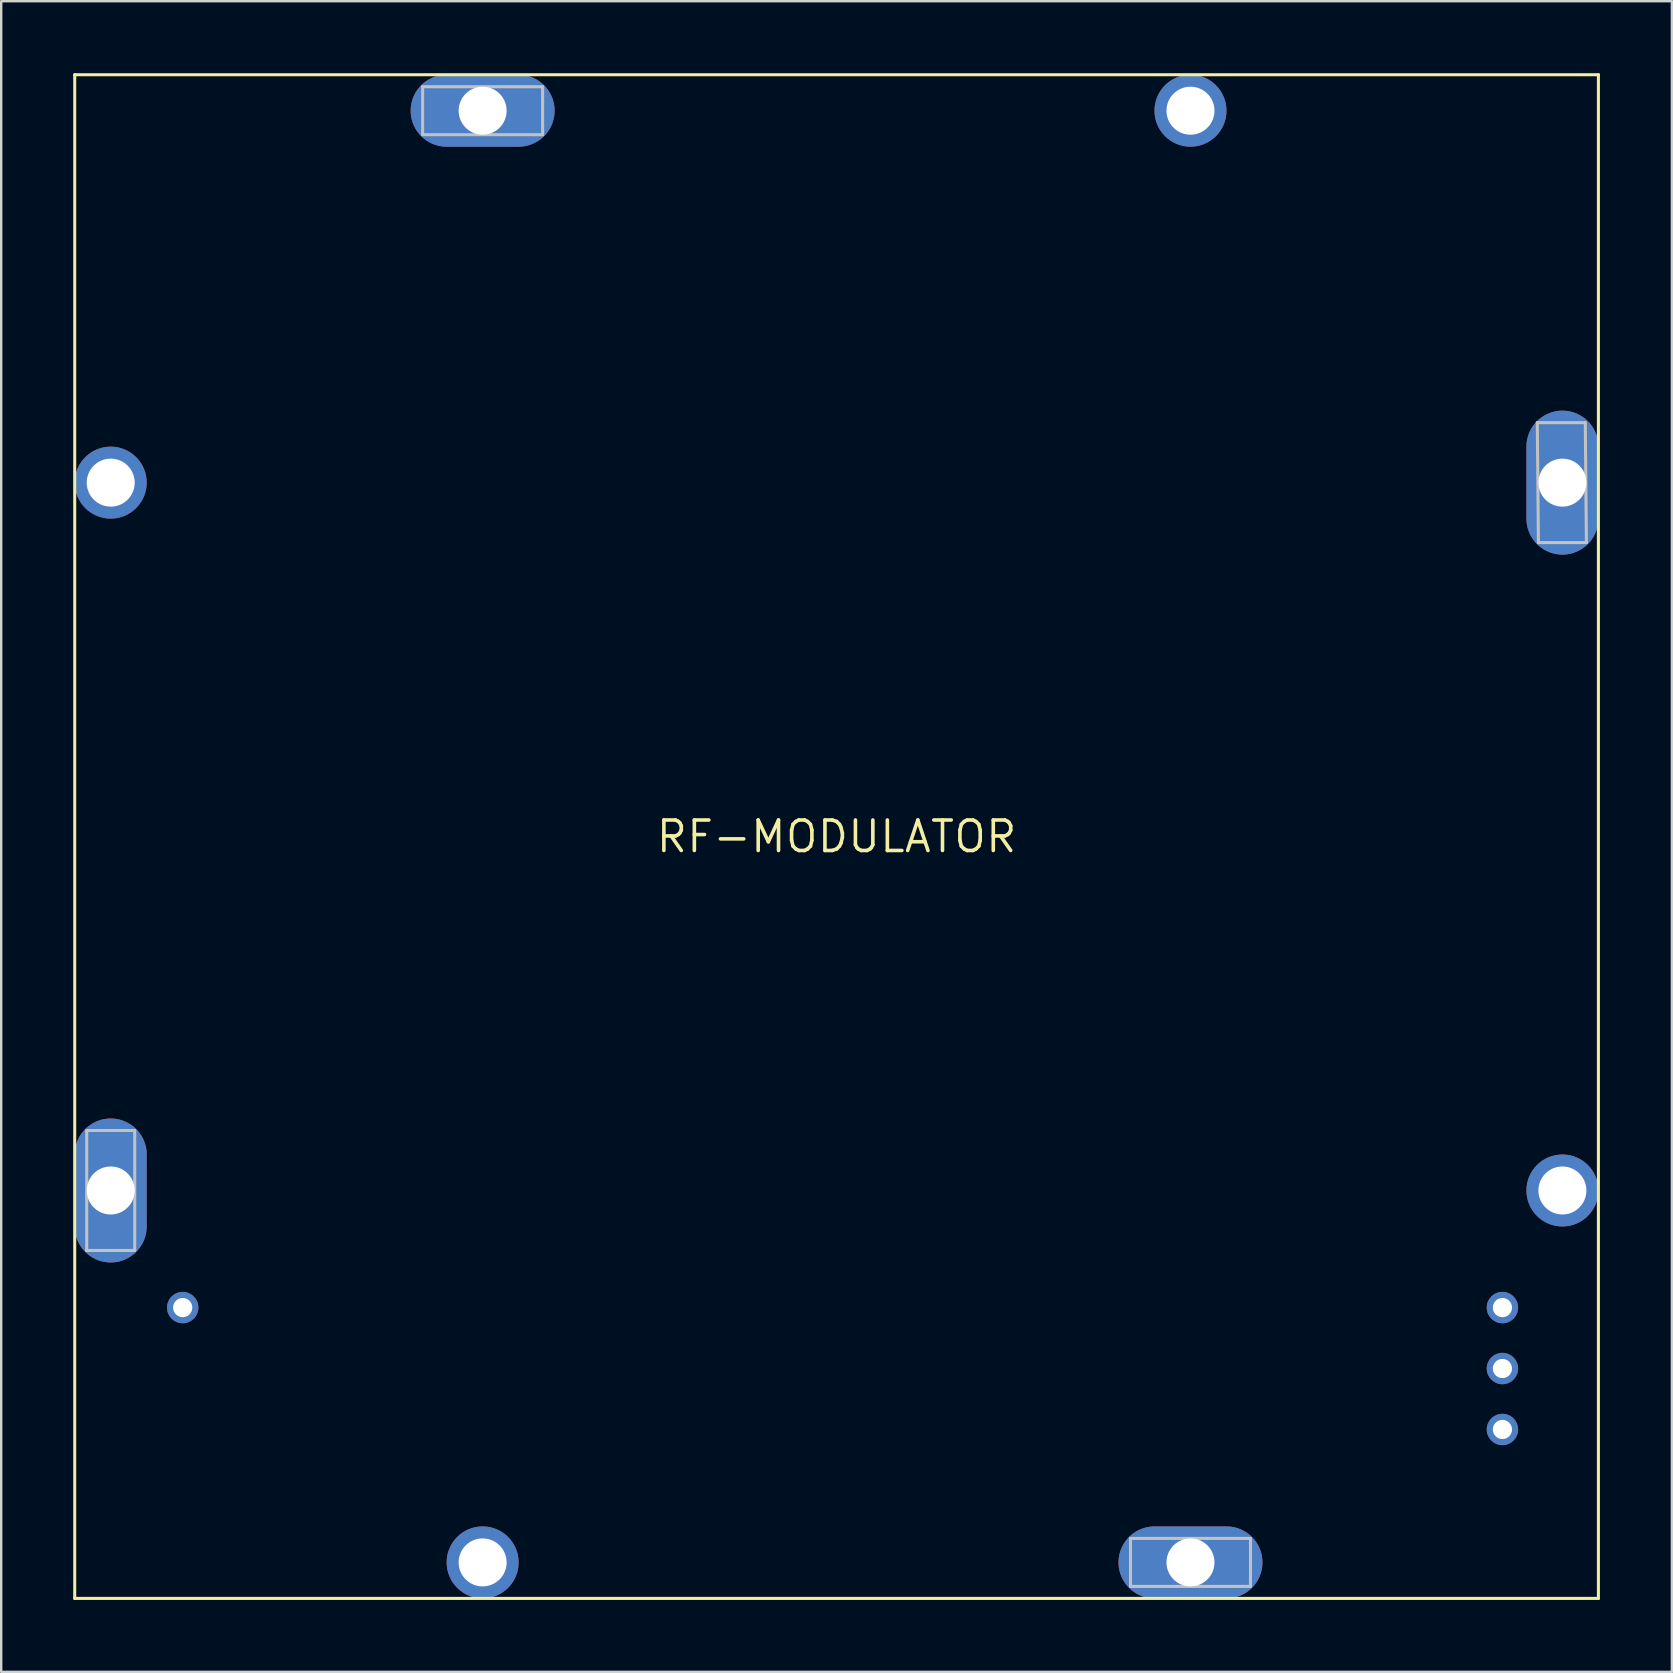
<source format=kicad_pcb>
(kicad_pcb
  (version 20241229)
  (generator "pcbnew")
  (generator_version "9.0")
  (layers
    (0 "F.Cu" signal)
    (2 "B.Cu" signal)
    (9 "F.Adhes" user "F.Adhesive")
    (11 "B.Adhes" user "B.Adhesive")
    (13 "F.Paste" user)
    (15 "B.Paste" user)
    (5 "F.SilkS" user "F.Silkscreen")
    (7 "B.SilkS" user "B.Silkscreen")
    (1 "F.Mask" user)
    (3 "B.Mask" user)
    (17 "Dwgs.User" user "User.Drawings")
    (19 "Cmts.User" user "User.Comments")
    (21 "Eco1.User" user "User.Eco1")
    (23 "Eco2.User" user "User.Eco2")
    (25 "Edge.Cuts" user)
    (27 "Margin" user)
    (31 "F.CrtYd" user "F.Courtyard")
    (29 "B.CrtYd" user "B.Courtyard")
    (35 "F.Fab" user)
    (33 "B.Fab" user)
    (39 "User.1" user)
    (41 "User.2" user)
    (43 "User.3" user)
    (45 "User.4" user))
  (footprint "RF-MODULATOR"
    (layer "F.Cu")
    (at 31.814 31.814)
    (property "Reference" "RF-MODULATOR" (at 0 0 0) (layer "F.SilkS") (effects (font (size 1.27 1.27) (thickness 0.15))))
    (attr through_hole)
    (fp_line (start -31.75 -31.75) (end 31.75 -31.75) (stroke (width 0.127) (type solid)) (layer "F.SilkS"))
    (fp_line (start -31.75 31.75) (end -31.75 -31.75) (stroke (width 0.127) (type solid)) (layer "F.SilkS"))
    (fp_line (start 31.75 -31.75) (end 31.75 31.75) (stroke (width 0.127) (type solid)) (layer "F.SilkS"))
    (fp_line (start 31.75 31.75) (end -31.75 31.75) (stroke (width 0.127) (type solid)) (layer "F.SilkS"))
    (fp_line (start -31.25 12.25) (end -29.25 12.25) (stroke (width 0.127) (type solid)) (layer "Dwgs.User"))
    (fp_line (start -31.25 17.25) (end -31.25 12.25) (stroke (width 0.127) (type solid)) (layer "Dwgs.User"))
    (fp_line (start -29.25 12.25) (end -29.25 17.25) (stroke (width 0.127) (type solid)) (layer "Dwgs.User"))
    (fp_line (start -29.25 17.25) (end -31.25 17.25) (stroke (width 0.127) (type solid)) (layer "Dwgs.User"))
    (fp_line (start -17.25 -31.25) (end -12.25 -31.25) (stroke (width 0.127) (type solid)) (layer "Dwgs.User"))
    (fp_line (start -17.25 -29.25) (end -17.25 -31.25) (stroke (width 0.127) (type solid)) (layer "Dwgs.User"))
    (fp_line (start -12.25 -31.25) (end -12.25 -29.25) (stroke (width 0.127) (type solid)) (layer "Dwgs.User"))
    (fp_line (start -12.25 -29.25) (end -17.25 -29.25) (stroke (width 0.127) (type solid)) (layer "Dwgs.User"))
    (fp_line (start 12.25 29.25) (end 17.25 29.25) (stroke (width 0.127) (type solid)) (layer "Dwgs.User"))
    (fp_line (start 12.25 31.25) (end 12.25 29.25) (stroke (width 0.127) (type solid)) (layer "Dwgs.User"))
    (fp_line (start 17.25 29.25) (end 17.25 31.25) (stroke (width 0.127) (type solid)) (layer "Dwgs.User"))
    (fp_line (start 17.25 31.25) (end 12.25 31.25) (stroke (width 0.127) (type solid)) (layer "Dwgs.User"))
    (fp_line (start 29.203 -17.25) (end 31.203 -17.25) (stroke (width 0.127) (type solid)) (layer "Dwgs.User"))
    (fp_line (start 29.25 -12.25) (end 29.203 -17.25) (stroke (width 0.127) (type solid)) (layer "Dwgs.User"))
    (fp_line (start 31.203 -17.25) (end 31.25 -12.25) (stroke (width 0.127) (type solid)) (layer "Dwgs.User"))
    (fp_line (start 31.25 -12.25) (end 29.25 -12.25) (stroke (width 0.127) (type solid)) (layer "Dwgs.User"))
    (pad "+" thru_hole circle (at 27.75 24.71 90) (size 1.308 1.308) (drill 0.8) (layers "*.Cu" "*.Mask"))
    (pad "AUDIO" thru_hole circle (at 27.75 19.63 90) (size 1.308 1.308) (drill 0.8) (layers "*.Cu" "*.Mask"))
    (pad "CASE" thru_hole circle (at 27.75 22.17 90) (size 1.308 1.308) (drill 0.8) (layers "*.Cu" "*.Mask"))
    (pad "P$1" thru_hole circle (at -30.25 -14.75) (size 3 3) (drill 2) (layers "*.Cu" "*.Mask"))
    (pad "P$2" thru_hole oval (at -30.25 14.75 90) (size 6 3) (drill 2) (layers "*.Cu" "*.Mask"))
    (pad "P$3" thru_hole circle (at -14.75 30.25) (size 3 3) (drill 2) (layers "*.Cu" "*.Mask"))
    (pad "P$4" thru_hole oval (at 14.75 30.25) (size 6 3) (drill 2) (layers "*.Cu" "*.Mask"))
    (pad "P$5" thru_hole circle (at 30.25 14.75) (size 3 3) (drill 2) (layers "*.Cu" "*.Mask"))
    (pad "P$6" thru_hole oval (at 30.25 -14.75 90) (size 6 3) (drill 2) (layers "*.Cu" "*.Mask"))
    (pad "P$7" thru_hole circle (at 14.75 -30.25) (size 3 3) (drill 2) (layers "*.Cu" "*.Mask"))
    (pad "P$8" thru_hole oval (at -14.75 -30.25) (size 6 3) (drill 2) (layers "*.Cu" "*.Mask"))
    (pad "VIDEO" thru_hole circle (at -27.25 19.63 90) (size 1.308 1.308) (drill 0.8) (layers "*.Cu" "*.Mask")))
  (gr_rect
    (start -3 -3)
    (end 66.627 66.627)
    (stroke (width 0.1) (type default))
    (fill no)
    (layer "Edge.Cuts")))
</source>
